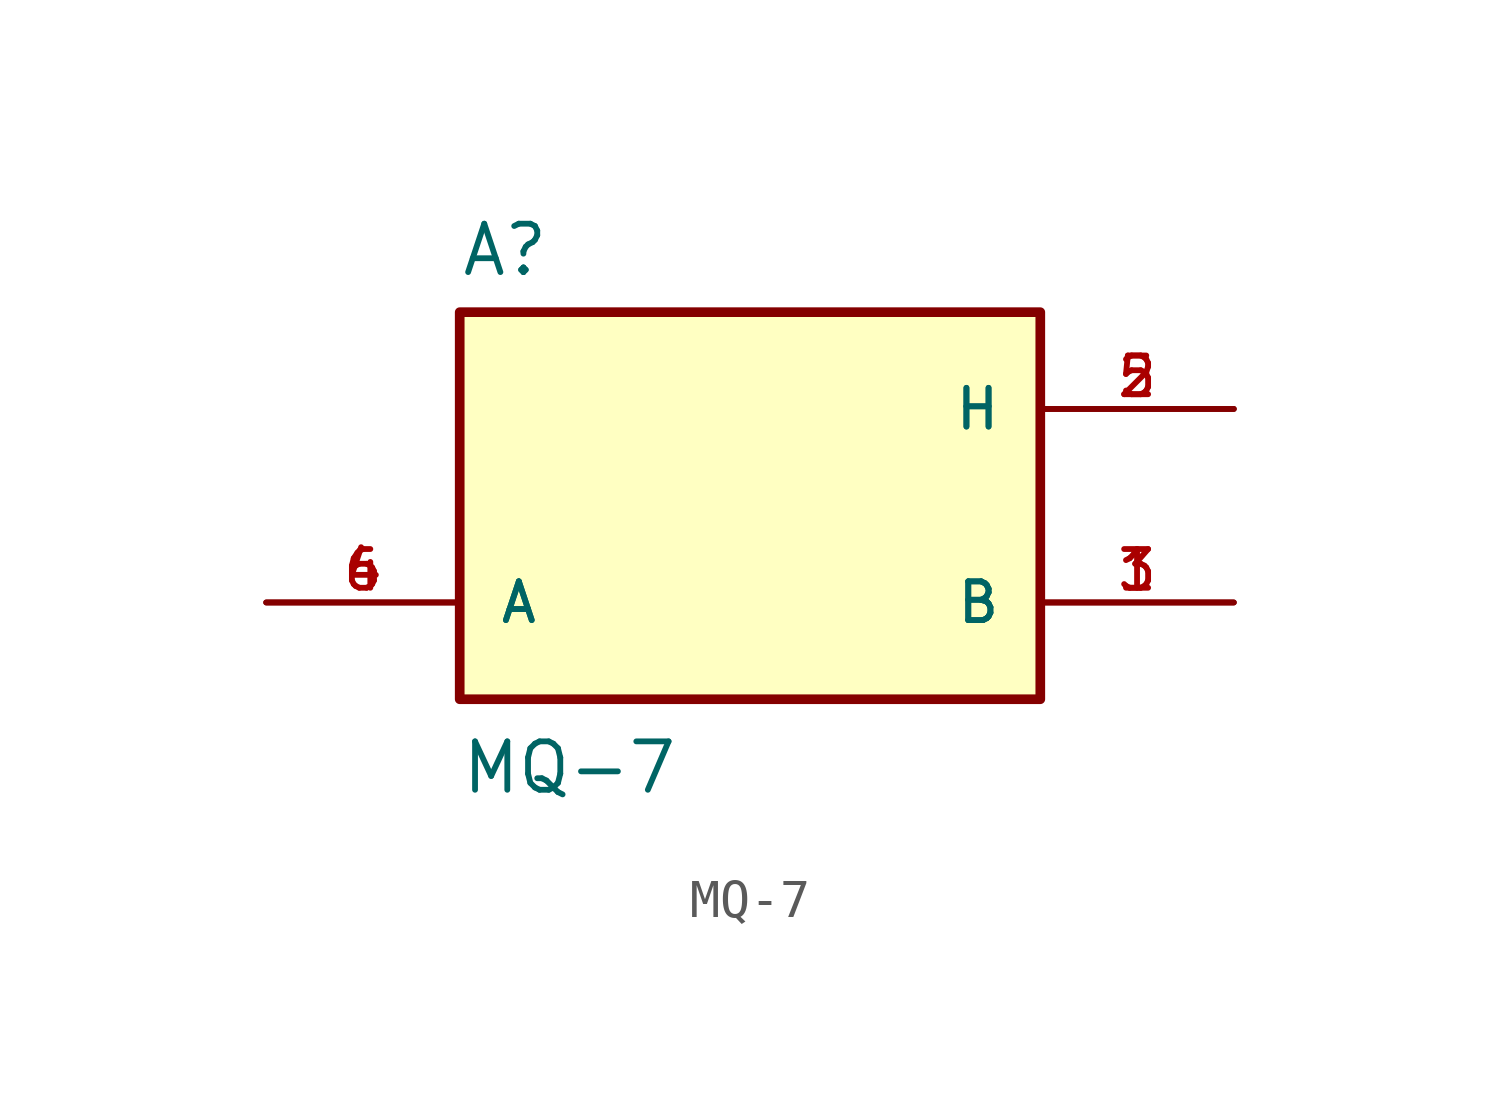
<source format=kicad_sym>
(kicad_symbol_lib
  (version 20211014)
  (generator kicad_symbol_editor)
  (symbol "MQ-7"
    (pin_names
      (offset 1.016))
    (property "Reference" "A"
      (at -7.62 5.969 0)
      (effects (font (size 1.27 1.27)) (justify bottom left)))
    (property "Value" "MQ-7"
      (at -7.62 -7.62 0)
      (effects (font (size 1.27 1.27)) (justify bottom left)))
    (symbol "MQ-7_0_0"
      (rectangle (start -7.62 -5.08) (end 7.62 5.08) (stroke (width 0.254)) (fill (type background)))
      (pin input line (at -12.7 -2.54 0) (length 5.08) (name "A" (effects (font (size 1.016 1.016)))) (number "4" (effects (font (size 1.016 1.016)))))
      (pin input line (at -12.7 -2.54 0) (length 5.08) (name "A" (effects (font (size 1.016 1.016)))) (number "6" (effects (font (size 1.016 1.016)))))
      (pin output line (at 12.7 -2.54 180.0) (length 5.08) (name "B" (effects (font (size 1.016 1.016)))) (number "1" (effects (font (size 1.016 1.016)))))
      (pin output line (at 12.7 -2.54 180.0) (length 5.08) (name "B" (effects (font (size 1.016 1.016)))) (number "3" (effects (font (size 1.016 1.016)))))
      (pin power_in line (at 12.7 2.54 180.0) (length 5.08) (name "H" (effects (font (size 1.016 1.016)))) (number "2" (effects (font (size 1.016 1.016)))))
      (pin power_in line (at 12.7 2.54 180.0) (length 5.08) (name "H" (effects (font (size 1.016 1.016)))) (number "5" (effects (font (size 1.016 1.016))))))))
</source>
